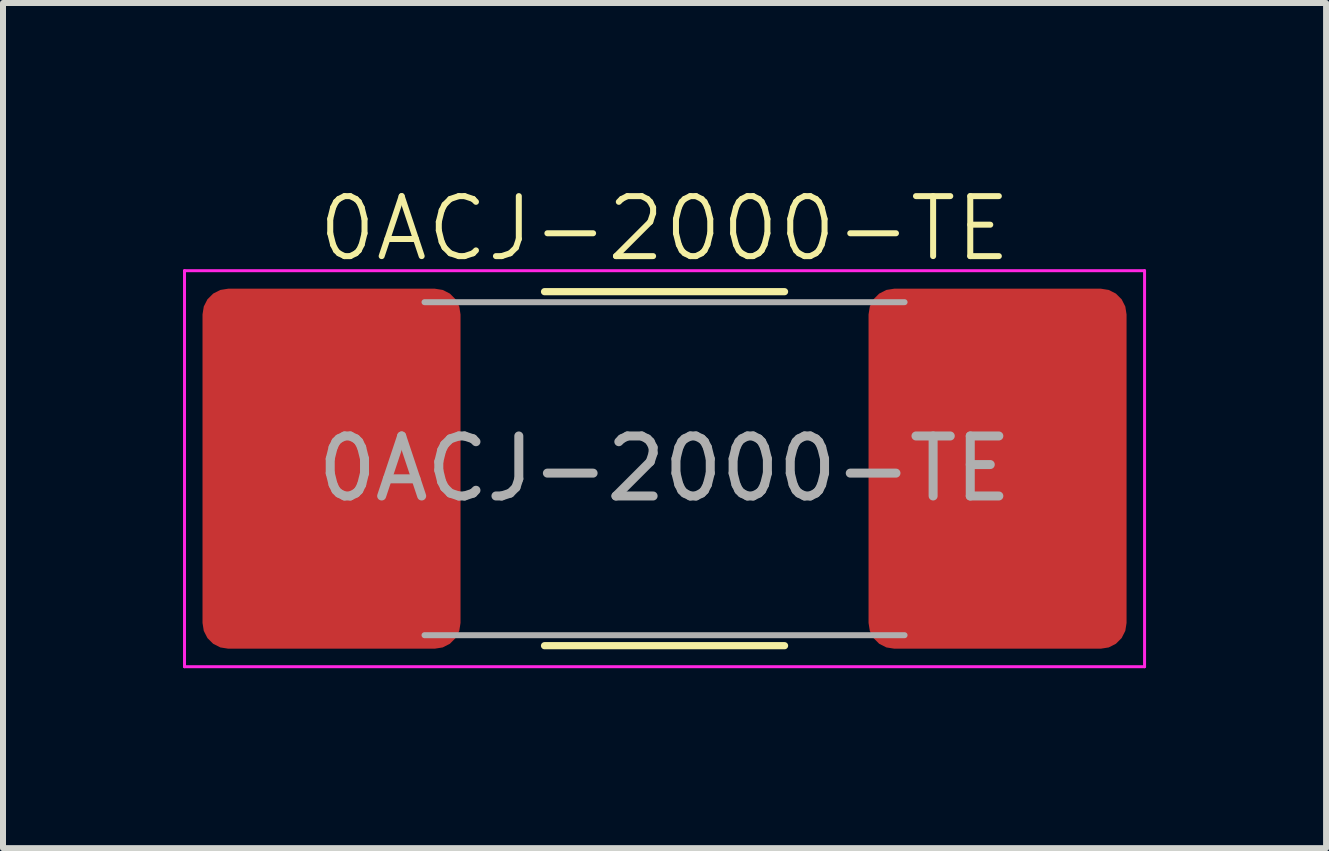
<source format=kicad_pcb>
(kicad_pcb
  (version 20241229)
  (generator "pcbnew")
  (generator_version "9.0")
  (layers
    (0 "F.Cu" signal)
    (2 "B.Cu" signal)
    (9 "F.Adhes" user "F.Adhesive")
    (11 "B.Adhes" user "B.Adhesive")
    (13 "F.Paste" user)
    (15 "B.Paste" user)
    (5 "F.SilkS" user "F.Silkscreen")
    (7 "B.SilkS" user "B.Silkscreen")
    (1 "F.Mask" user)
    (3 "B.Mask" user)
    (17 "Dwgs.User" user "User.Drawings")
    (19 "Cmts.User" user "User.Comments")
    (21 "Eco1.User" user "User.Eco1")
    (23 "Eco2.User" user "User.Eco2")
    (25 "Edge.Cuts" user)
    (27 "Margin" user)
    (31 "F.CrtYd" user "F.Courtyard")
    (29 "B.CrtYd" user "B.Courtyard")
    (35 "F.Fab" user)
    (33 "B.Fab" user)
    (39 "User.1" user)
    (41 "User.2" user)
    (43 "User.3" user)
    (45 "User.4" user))
  (footprint "0ACJ-2000-TE"
    (layer "F.Cu")
    (at 8.025 4.761)
    (property "Reference" "0ACJ-2000-TE" (at 0 -4 0) (unlocked yes) (layer "F.SilkS") (effects (font (size 1 1) (thickness 0.1))))
    (attr smd)
    (fp_line (start -2 -2.95) (end 2 -2.95) (stroke (width 0.12) (type solid)) (layer "F.SilkS"))
    (fp_line (start -2 2.95) (end 2 2.95) (stroke (width 0.12) (type solid)) (layer "F.SilkS"))
    (fp_line (start -8 -3.3) (end 8 -3.3) (stroke (width 0.05) (type solid)) (layer "F.CrtYd"))
    (fp_line (start -8 3.3) (end -8 -3.3) (stroke (width 0.05) (type solid)) (layer "F.CrtYd"))
    (fp_line (start 8 -3.3) (end 8 3.3) (stroke (width 0.05) (type solid)) (layer "F.CrtYd"))
    (fp_line (start 8 3.3) (end -8 3.3) (stroke (width 0.05) (type solid)) (layer "F.CrtYd"))
    (fp_line (start -4 -2.775) (end 4 -2.775) (stroke (width 0.1) (type solid)) (layer "F.Fab"))
    (fp_line (start -4 2.775) (end 4 2.775) (stroke (width 0.1) (type solid)) (layer "F.Fab"))
    (fp_text user "${REFERENCE}" (at 0 0 0) (unlocked yes) (layer "F.Fab") (effects (font (size 1 1) (thickness 0.15))))
    (pad "1" smd roundrect (at -5.55 0) (size 4.3 6) (layers "F.Cu" "F.Mask" "F.Paste") (roundrect_rratio 0.1))
    (pad "2" smd roundrect (at 5.55 0) (size 4.3 6) (layers "F.Cu" "F.Mask" "F.Paste") (roundrect_rratio 0.1)))
  (gr_rect
    (start -3 -3)
    (end 19.05 11.085)
    (stroke (width 0.1) (type default))
    (fill no)
    (layer "Edge.Cuts")))
</source>
